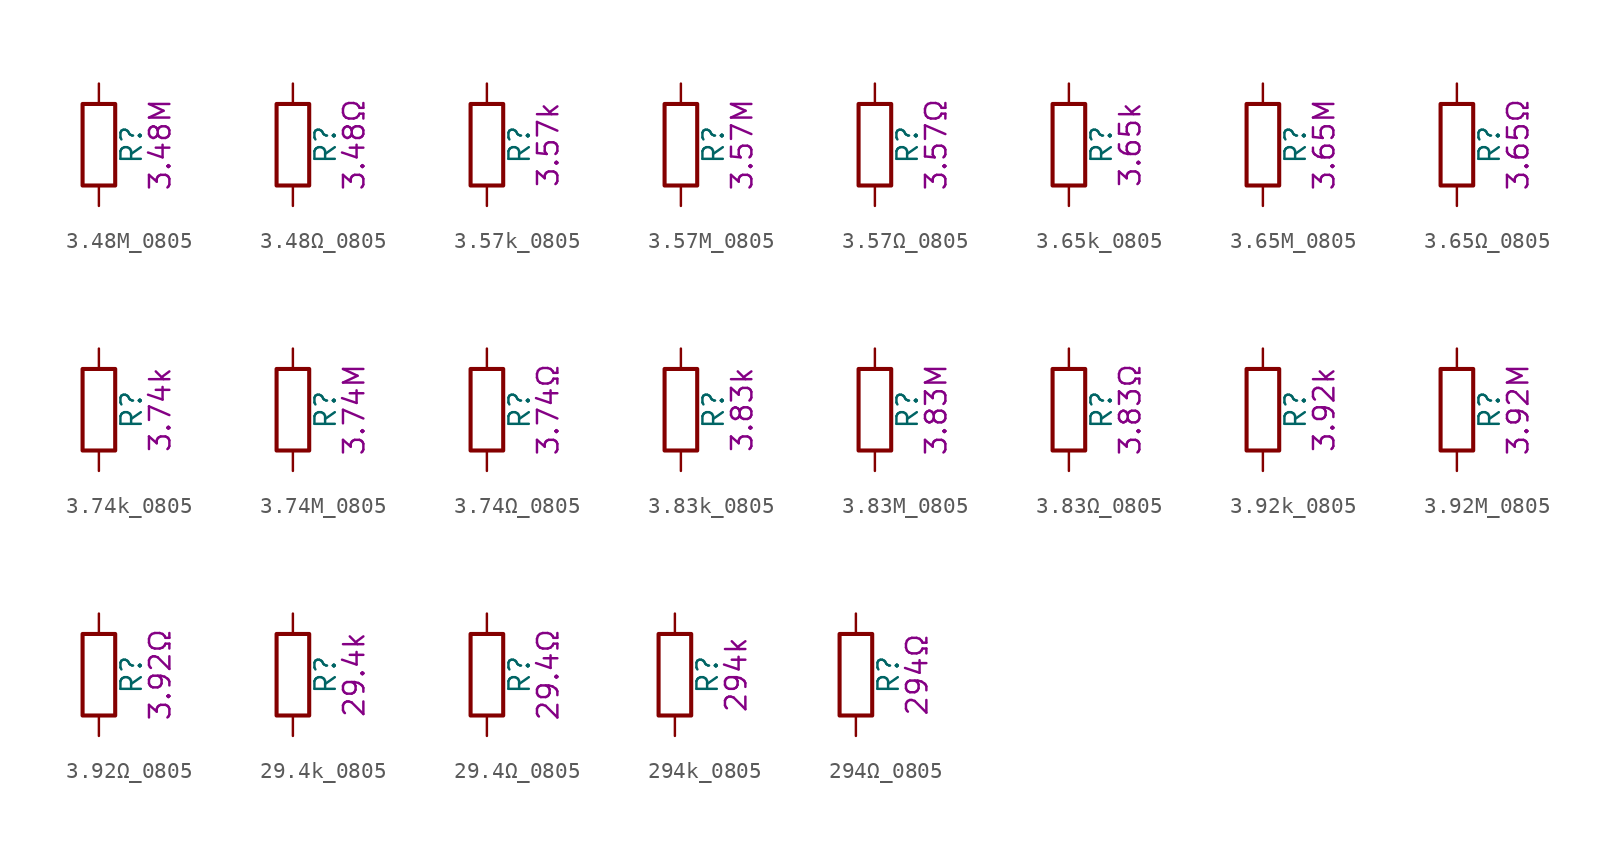
<source format=kicad_sym>
(kicad_symbol_lib
  (version 20211014)
  (generator kicad_symbol_editor)
  (symbol "3.48M_0805"
    (pin_numbers hide)
    (pin_names
      (offset 0))
    (property "Reference" "R"
      (at 2.032 0 90)
      (effects (font (size 1.27 1.27))))
    (property "Display" "3.48M"
      (at 3.81 0 90)
      (effects (font (size 1.27 1.27))))
    (symbol "3.48M_0805_0_1"
      (rectangle (start -1.016 -2.54) (end 1.016 2.54) (stroke (width 0.254) (type default) (color 0 0 0 0)) (fill (type none))))
    (symbol "3.48M_0805_1_1"
      (pin passive line (at 0 3.81 270) (length 1.27) (name "~" (effects (font (size 1.27 1.27)))) (number "1" (effects (font (size 1.27 1.27)))))
      (pin passive line (at 0 -3.81 90) (length 1.27) (name "~" (effects (font (size 1.27 1.27)))) (number "2" (effects (font (size 1.27 1.27)))))))
  (symbol "3.48Ω_0805"
    (pin_numbers hide)
    (pin_names
      (offset 0))
    (property "Reference" "R"
      (at 2.032 0 90)
      (effects (font (size 1.27 1.27))))
    (property "Display" "3.48Ω"
      (at 3.81 0 90)
      (effects (font (size 1.27 1.27))))
    (symbol "3.48Ω_0805_0_1"
      (rectangle (start -1.016 -2.54) (end 1.016 2.54) (stroke (width 0.254) (type default) (color 0 0 0 0)) (fill (type none))))
    (symbol "3.48Ω_0805_1_1"
      (pin passive line (at 0 3.81 270) (length 1.27) (name "~" (effects (font (size 1.27 1.27)))) (number "1" (effects (font (size 1.27 1.27)))))
      (pin passive line (at 0 -3.81 90) (length 1.27) (name "~" (effects (font (size 1.27 1.27)))) (number "2" (effects (font (size 1.27 1.27)))))))
  (symbol "3.57k_0805"
    (pin_numbers hide)
    (pin_names
      (offset 0))
    (property "Reference" "R"
      (at 2.032 0 90)
      (effects (font (size 1.27 1.27))))
    (property "Display" "3.57k"
      (at 3.81 0 90)
      (effects (font (size 1.27 1.27))))
    (symbol "3.57k_0805_0_1"
      (rectangle (start -1.016 -2.54) (end 1.016 2.54) (stroke (width 0.254) (type default) (color 0 0 0 0)) (fill (type none))))
    (symbol "3.57k_0805_1_1"
      (pin passive line (at 0 3.81 270) (length 1.27) (name "~" (effects (font (size 1.27 1.27)))) (number "1" (effects (font (size 1.27 1.27)))))
      (pin passive line (at 0 -3.81 90) (length 1.27) (name "~" (effects (font (size 1.27 1.27)))) (number "2" (effects (font (size 1.27 1.27)))))))
  (symbol "3.57M_0805"
    (pin_numbers hide)
    (pin_names
      (offset 0))
    (property "Reference" "R"
      (at 2.032 0 90)
      (effects (font (size 1.27 1.27))))
    (property "Display" "3.57M"
      (at 3.81 0 90)
      (effects (font (size 1.27 1.27))))
    (symbol "3.57M_0805_0_1"
      (rectangle (start -1.016 -2.54) (end 1.016 2.54) (stroke (width 0.254) (type default) (color 0 0 0 0)) (fill (type none))))
    (symbol "3.57M_0805_1_1"
      (pin passive line (at 0 3.81 270) (length 1.27) (name "~" (effects (font (size 1.27 1.27)))) (number "1" (effects (font (size 1.27 1.27)))))
      (pin passive line (at 0 -3.81 90) (length 1.27) (name "~" (effects (font (size 1.27 1.27)))) (number "2" (effects (font (size 1.27 1.27)))))))
  (symbol "3.57Ω_0805"
    (pin_numbers hide)
    (pin_names
      (offset 0))
    (property "Reference" "R"
      (at 2.032 0 90)
      (effects (font (size 1.27 1.27))))
    (property "Display" "3.57Ω"
      (at 3.81 0 90)
      (effects (font (size 1.27 1.27))))
    (symbol "3.57Ω_0805_0_1"
      (rectangle (start -1.016 -2.54) (end 1.016 2.54) (stroke (width 0.254) (type default) (color 0 0 0 0)) (fill (type none))))
    (symbol "3.57Ω_0805_1_1"
      (pin passive line (at 0 3.81 270) (length 1.27) (name "~" (effects (font (size 1.27 1.27)))) (number "1" (effects (font (size 1.27 1.27)))))
      (pin passive line (at 0 -3.81 90) (length 1.27) (name "~" (effects (font (size 1.27 1.27)))) (number "2" (effects (font (size 1.27 1.27)))))))
  (symbol "3.65k_0805"
    (pin_numbers hide)
    (pin_names
      (offset 0))
    (property "Reference" "R"
      (at 2.032 0 90)
      (effects (font (size 1.27 1.27))))
    (property "Display" "3.65k"
      (at 3.81 0 90)
      (effects (font (size 1.27 1.27))))
    (symbol "3.65k_0805_0_1"
      (rectangle (start -1.016 -2.54) (end 1.016 2.54) (stroke (width 0.254) (type default) (color 0 0 0 0)) (fill (type none))))
    (symbol "3.65k_0805_1_1"
      (pin passive line (at 0 3.81 270) (length 1.27) (name "~" (effects (font (size 1.27 1.27)))) (number "1" (effects (font (size 1.27 1.27)))))
      (pin passive line (at 0 -3.81 90) (length 1.27) (name "~" (effects (font (size 1.27 1.27)))) (number "2" (effects (font (size 1.27 1.27)))))))
  (symbol "3.65M_0805"
    (pin_numbers hide)
    (pin_names
      (offset 0))
    (property "Reference" "R"
      (at 2.032 0 90)
      (effects (font (size 1.27 1.27))))
    (property "Display" "3.65M"
      (at 3.81 0 90)
      (effects (font (size 1.27 1.27))))
    (symbol "3.65M_0805_0_1"
      (rectangle (start -1.016 -2.54) (end 1.016 2.54) (stroke (width 0.254) (type default) (color 0 0 0 0)) (fill (type none))))
    (symbol "3.65M_0805_1_1"
      (pin passive line (at 0 3.81 270) (length 1.27) (name "~" (effects (font (size 1.27 1.27)))) (number "1" (effects (font (size 1.27 1.27)))))
      (pin passive line (at 0 -3.81 90) (length 1.27) (name "~" (effects (font (size 1.27 1.27)))) (number "2" (effects (font (size 1.27 1.27)))))))
  (symbol "3.65Ω_0805"
    (pin_numbers hide)
    (pin_names
      (offset 0))
    (property "Reference" "R"
      (at 2.032 0 90)
      (effects (font (size 1.27 1.27))))
    (property "Display" "3.65Ω"
      (at 3.81 0 90)
      (effects (font (size 1.27 1.27))))
    (symbol "3.65Ω_0805_0_1"
      (rectangle (start -1.016 -2.54) (end 1.016 2.54) (stroke (width 0.254) (type default) (color 0 0 0 0)) (fill (type none))))
    (symbol "3.65Ω_0805_1_1"
      (pin passive line (at 0 3.81 270) (length 1.27) (name "~" (effects (font (size 1.27 1.27)))) (number "1" (effects (font (size 1.27 1.27)))))
      (pin passive line (at 0 -3.81 90) (length 1.27) (name "~" (effects (font (size 1.27 1.27)))) (number "2" (effects (font (size 1.27 1.27)))))))
  (symbol "3.74k_0805"
    (pin_numbers hide)
    (pin_names
      (offset 0))
    (property "Reference" "R"
      (at 2.032 0 90)
      (effects (font (size 1.27 1.27))))
    (property "Display" "3.74k"
      (at 3.81 0 90)
      (effects (font (size 1.27 1.27))))
    (symbol "3.74k_0805_0_1"
      (rectangle (start -1.016 -2.54) (end 1.016 2.54) (stroke (width 0.254) (type default) (color 0 0 0 0)) (fill (type none))))
    (symbol "3.74k_0805_1_1"
      (pin passive line (at 0 3.81 270) (length 1.27) (name "~" (effects (font (size 1.27 1.27)))) (number "1" (effects (font (size 1.27 1.27)))))
      (pin passive line (at 0 -3.81 90) (length 1.27) (name "~" (effects (font (size 1.27 1.27)))) (number "2" (effects (font (size 1.27 1.27)))))))
  (symbol "3.74M_0805"
    (pin_numbers hide)
    (pin_names
      (offset 0))
    (property "Reference" "R"
      (at 2.032 0 90)
      (effects (font (size 1.27 1.27))))
    (property "Display" "3.74M"
      (at 3.81 0 90)
      (effects (font (size 1.27 1.27))))
    (symbol "3.74M_0805_0_1"
      (rectangle (start -1.016 -2.54) (end 1.016 2.54) (stroke (width 0.254) (type default) (color 0 0 0 0)) (fill (type none))))
    (symbol "3.74M_0805_1_1"
      (pin passive line (at 0 3.81 270) (length 1.27) (name "~" (effects (font (size 1.27 1.27)))) (number "1" (effects (font (size 1.27 1.27)))))
      (pin passive line (at 0 -3.81 90) (length 1.27) (name "~" (effects (font (size 1.27 1.27)))) (number "2" (effects (font (size 1.27 1.27)))))))
  (symbol "3.74Ω_0805"
    (pin_numbers hide)
    (pin_names
      (offset 0))
    (property "Reference" "R"
      (at 2.032 0 90)
      (effects (font (size 1.27 1.27))))
    (property "Display" "3.74Ω"
      (at 3.81 0 90)
      (effects (font (size 1.27 1.27))))
    (symbol "3.74Ω_0805_0_1"
      (rectangle (start -1.016 -2.54) (end 1.016 2.54) (stroke (width 0.254) (type default) (color 0 0 0 0)) (fill (type none))))
    (symbol "3.74Ω_0805_1_1"
      (pin passive line (at 0 3.81 270) (length 1.27) (name "~" (effects (font (size 1.27 1.27)))) (number "1" (effects (font (size 1.27 1.27)))))
      (pin passive line (at 0 -3.81 90) (length 1.27) (name "~" (effects (font (size 1.27 1.27)))) (number "2" (effects (font (size 1.27 1.27)))))))
  (symbol "3.83k_0805"
    (pin_numbers hide)
    (pin_names
      (offset 0))
    (property "Reference" "R"
      (at 2.032 0 90)
      (effects (font (size 1.27 1.27))))
    (property "Display" "3.83k"
      (at 3.81 0 90)
      (effects (font (size 1.27 1.27))))
    (symbol "3.83k_0805_0_1"
      (rectangle (start -1.016 -2.54) (end 1.016 2.54) (stroke (width 0.254) (type default) (color 0 0 0 0)) (fill (type none))))
    (symbol "3.83k_0805_1_1"
      (pin passive line (at 0 3.81 270) (length 1.27) (name "~" (effects (font (size 1.27 1.27)))) (number "1" (effects (font (size 1.27 1.27)))))
      (pin passive line (at 0 -3.81 90) (length 1.27) (name "~" (effects (font (size 1.27 1.27)))) (number "2" (effects (font (size 1.27 1.27)))))))
  (symbol "3.83M_0805"
    (pin_numbers hide)
    (pin_names
      (offset 0))
    (property "Reference" "R"
      (at 2.032 0 90)
      (effects (font (size 1.27 1.27))))
    (property "Display" "3.83M"
      (at 3.81 0 90)
      (effects (font (size 1.27 1.27))))
    (symbol "3.83M_0805_0_1"
      (rectangle (start -1.016 -2.54) (end 1.016 2.54) (stroke (width 0.254) (type default) (color 0 0 0 0)) (fill (type none))))
    (symbol "3.83M_0805_1_1"
      (pin passive line (at 0 3.81 270) (length 1.27) (name "~" (effects (font (size 1.27 1.27)))) (number "1" (effects (font (size 1.27 1.27)))))
      (pin passive line (at 0 -3.81 90) (length 1.27) (name "~" (effects (font (size 1.27 1.27)))) (number "2" (effects (font (size 1.27 1.27)))))))
  (symbol "3.83Ω_0805"
    (pin_numbers hide)
    (pin_names
      (offset 0))
    (property "Reference" "R"
      (at 2.032 0 90)
      (effects (font (size 1.27 1.27))))
    (property "Display" "3.83Ω"
      (at 3.81 0 90)
      (effects (font (size 1.27 1.27))))
    (symbol "3.83Ω_0805_0_1"
      (rectangle (start -1.016 -2.54) (end 1.016 2.54) (stroke (width 0.254) (type default) (color 0 0 0 0)) (fill (type none))))
    (symbol "3.83Ω_0805_1_1"
      (pin passive line (at 0 3.81 270) (length 1.27) (name "~" (effects (font (size 1.27 1.27)))) (number "1" (effects (font (size 1.27 1.27)))))
      (pin passive line (at 0 -3.81 90) (length 1.27) (name "~" (effects (font (size 1.27 1.27)))) (number "2" (effects (font (size 1.27 1.27)))))))
  (symbol "3.92k_0805"
    (pin_numbers hide)
    (pin_names
      (offset 0))
    (property "Reference" "R"
      (at 2.032 0 90)
      (effects (font (size 1.27 1.27))))
    (property "Display" "3.92k"
      (at 3.81 0 90)
      (effects (font (size 1.27 1.27))))
    (symbol "3.92k_0805_0_1"
      (rectangle (start -1.016 -2.54) (end 1.016 2.54) (stroke (width 0.254) (type default) (color 0 0 0 0)) (fill (type none))))
    (symbol "3.92k_0805_1_1"
      (pin passive line (at 0 3.81 270) (length 1.27) (name "~" (effects (font (size 1.27 1.27)))) (number "1" (effects (font (size 1.27 1.27)))))
      (pin passive line (at 0 -3.81 90) (length 1.27) (name "~" (effects (font (size 1.27 1.27)))) (number "2" (effects (font (size 1.27 1.27)))))))
  (symbol "3.92M_0805"
    (pin_numbers hide)
    (pin_names
      (offset 0))
    (property "Reference" "R"
      (at 2.032 0 90)
      (effects (font (size 1.27 1.27))))
    (property "Display" "3.92M"
      (at 3.81 0 90)
      (effects (font (size 1.27 1.27))))
    (symbol "3.92M_0805_0_1"
      (rectangle (start -1.016 -2.54) (end 1.016 2.54) (stroke (width 0.254) (type default) (color 0 0 0 0)) (fill (type none))))
    (symbol "3.92M_0805_1_1"
      (pin passive line (at 0 3.81 270) (length 1.27) (name "~" (effects (font (size 1.27 1.27)))) (number "1" (effects (font (size 1.27 1.27)))))
      (pin passive line (at 0 -3.81 90) (length 1.27) (name "~" (effects (font (size 1.27 1.27)))) (number "2" (effects (font (size 1.27 1.27)))))))
  (symbol "3.92Ω_0805"
    (pin_numbers hide)
    (pin_names
      (offset 0))
    (property "Reference" "R"
      (at 2.032 0 90)
      (effects (font (size 1.27 1.27))))
    (property "Display" "3.92Ω"
      (at 3.81 0 90)
      (effects (font (size 1.27 1.27))))
    (symbol "3.92Ω_0805_0_1"
      (rectangle (start -1.016 -2.54) (end 1.016 2.54) (stroke (width 0.254) (type default) (color 0 0 0 0)) (fill (type none))))
    (symbol "3.92Ω_0805_1_1"
      (pin passive line (at 0 3.81 270) (length 1.27) (name "~" (effects (font (size 1.27 1.27)))) (number "1" (effects (font (size 1.27 1.27)))))
      (pin passive line (at 0 -3.81 90) (length 1.27) (name "~" (effects (font (size 1.27 1.27)))) (number "2" (effects (font (size 1.27 1.27)))))))
  (symbol "29.4k_0805"
    (pin_numbers hide)
    (pin_names
      (offset 0))
    (property "Reference" "R"
      (at 2.032 0 90)
      (effects (font (size 1.27 1.27))))
    (property "Display" "29.4k"
      (at 3.81 0 90)
      (effects (font (size 1.27 1.27))))
    (symbol "29.4k_0805_0_1"
      (rectangle (start -1.016 -2.54) (end 1.016 2.54) (stroke (width 0.254) (type default) (color 0 0 0 0)) (fill (type none))))
    (symbol "29.4k_0805_1_1"
      (pin passive line (at 0 3.81 270) (length 1.27) (name "~" (effects (font (size 1.27 1.27)))) (number "1" (effects (font (size 1.27 1.27)))))
      (pin passive line (at 0 -3.81 90) (length 1.27) (name "~" (effects (font (size 1.27 1.27)))) (number "2" (effects (font (size 1.27 1.27)))))))
  (symbol "29.4Ω_0805"
    (pin_numbers hide)
    (pin_names
      (offset 0))
    (property "Reference" "R"
      (at 2.032 0 90)
      (effects (font (size 1.27 1.27))))
    (property "Display" "29.4Ω"
      (at 3.81 0 90)
      (effects (font (size 1.27 1.27))))
    (symbol "29.4Ω_0805_0_1"
      (rectangle (start -1.016 -2.54) (end 1.016 2.54) (stroke (width 0.254) (type default) (color 0 0 0 0)) (fill (type none))))
    (symbol "29.4Ω_0805_1_1"
      (pin passive line (at 0 3.81 270) (length 1.27) (name "~" (effects (font (size 1.27 1.27)))) (number "1" (effects (font (size 1.27 1.27)))))
      (pin passive line (at 0 -3.81 90) (length 1.27) (name "~" (effects (font (size 1.27 1.27)))) (number "2" (effects (font (size 1.27 1.27)))))))
  (symbol "294k_0805"
    (pin_numbers hide)
    (pin_names
      (offset 0))
    (property "Reference" "R"
      (at 2.032 0 90)
      (effects (font (size 1.27 1.27))))
    (property "Display" "294k"
      (at 3.81 0 90)
      (effects (font (size 1.27 1.27))))
    (symbol "294k_0805_0_1"
      (rectangle (start -1.016 -2.54) (end 1.016 2.54) (stroke (width 0.254) (type default) (color 0 0 0 0)) (fill (type none))))
    (symbol "294k_0805_1_1"
      (pin passive line (at 0 3.81 270) (length 1.27) (name "~" (effects (font (size 1.27 1.27)))) (number "1" (effects (font (size 1.27 1.27)))))
      (pin passive line (at 0 -3.81 90) (length 1.27) (name "~" (effects (font (size 1.27 1.27)))) (number "2" (effects (font (size 1.27 1.27)))))))
  (symbol "294Ω_0805"
    (pin_numbers hide)
    (pin_names
      (offset 0))
    (property "Reference" "R"
      (at 2.032 0 90)
      (effects (font (size 1.27 1.27))))
    (property "Display" "294Ω"
      (at 3.81 0 90)
      (effects (font (size 1.27 1.27))))
    (symbol "294Ω_0805_0_1"
      (rectangle (start -1.016 -2.54) (end 1.016 2.54) (stroke (width 0.254) (type default) (color 0 0 0 0)) (fill (type none))))
    (symbol "294Ω_0805_1_1"
      (pin passive line (at 0 3.81 270) (length 1.27) (name "~" (effects (font (size 1.27 1.27)))) (number "1" (effects (font (size 1.27 1.27)))))
      (pin passive line (at 0 -3.81 90) (length 1.27) (name "~" (effects (font (size 1.27 1.27)))) (number "2" (effects (font (size 1.27 1.27))))))))
</source>
